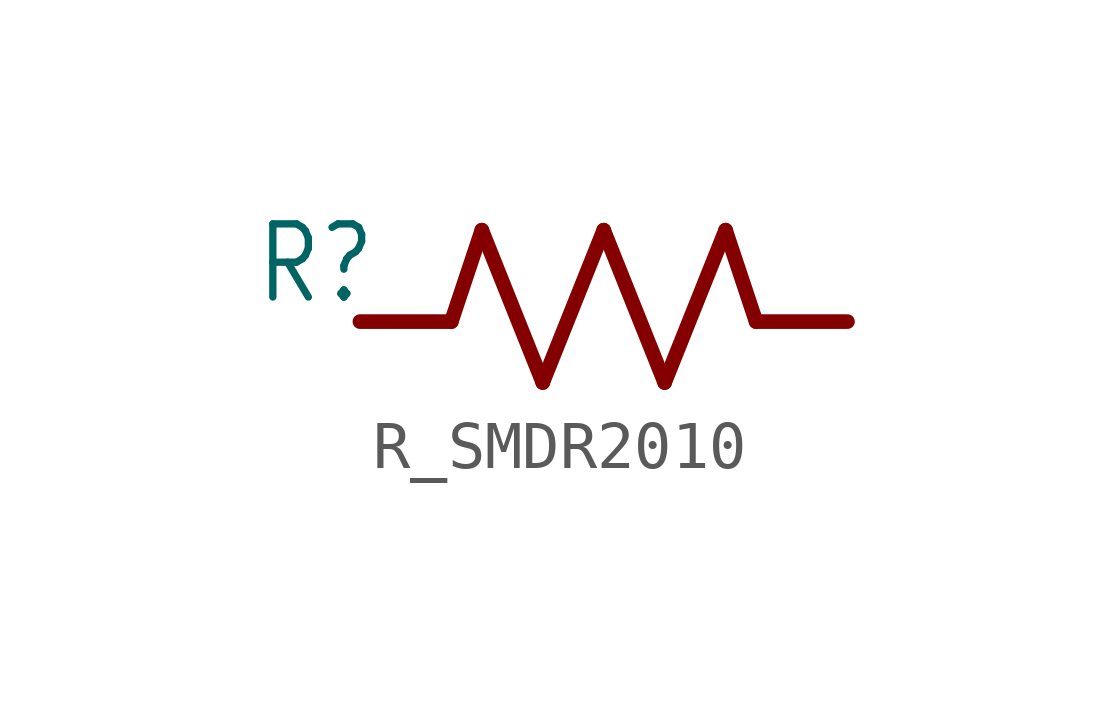
<source format=kicad_sym>
(kicad_symbol_lib
  (version 20231120)
  (generator "kicad_symbol_editor")
  (generator_version "8.0")
  (symbol "R_SMDR2010"
    (property "Reference" "R"
      (at -7.303 0.318 0)
      (effects (font (size 1.524 1.295)) (justify left bottom)))
    (property "Value" ""
      (at 3.334 0.318 0)
      (effects (font (size 1.524 1.295)) (justify left bottom)))
    (property "ki_locked" ""
      (at 0 0 0)
      (effects (font (size 1.27 1.27))))
    (symbol "R_SMDR2010_1_0"
      (polyline (pts (xy -3.175 0) (xy -5.08 0)) (stroke (width 0.305) (type solid)) (fill (type none)))
      (polyline (pts (xy -2.54 1.905) (xy -3.175 0)) (stroke (width 0.305) (type solid)) (fill (type none)))
      (polyline (pts (xy -2.54 1.905) (xy -1.27 -1.27)) (stroke (width 0.305) (type solid)) (fill (type none)))
      (polyline (pts (xy -1.27 -1.27) (xy 0 1.905)) (stroke (width 0.305) (type solid)) (fill (type none)))
      (polyline (pts (xy 0 1.905) (xy 1.27 -1.27)) (stroke (width 0.305) (type solid)) (fill (type none)))
      (polyline (pts (xy 1.27 -1.27) (xy 2.54 1.905)) (stroke (width 0.305) (type solid)) (fill (type none)))
      (polyline (pts (xy 2.54 1.905) (xy 3.175 0)) (stroke (width 0.305) (type solid)) (fill (type none)))
      (polyline (pts (xy 3.175 0) (xy 5.08 0)) (stroke (width 0.305) (type solid)) (fill (type none)))
      (pin passive line (at -5.08 0 0) (length 0) (name "1" (effects (font (size 0 0)))) (number "P$1" (effects (font (size 0 0)))))
      (pin passive line (at 5.08 0 180) (length 0) (name "2" (effects (font (size 0 0)))) (number "P$2" (effects (font (size 0 0))))))))
</source>
